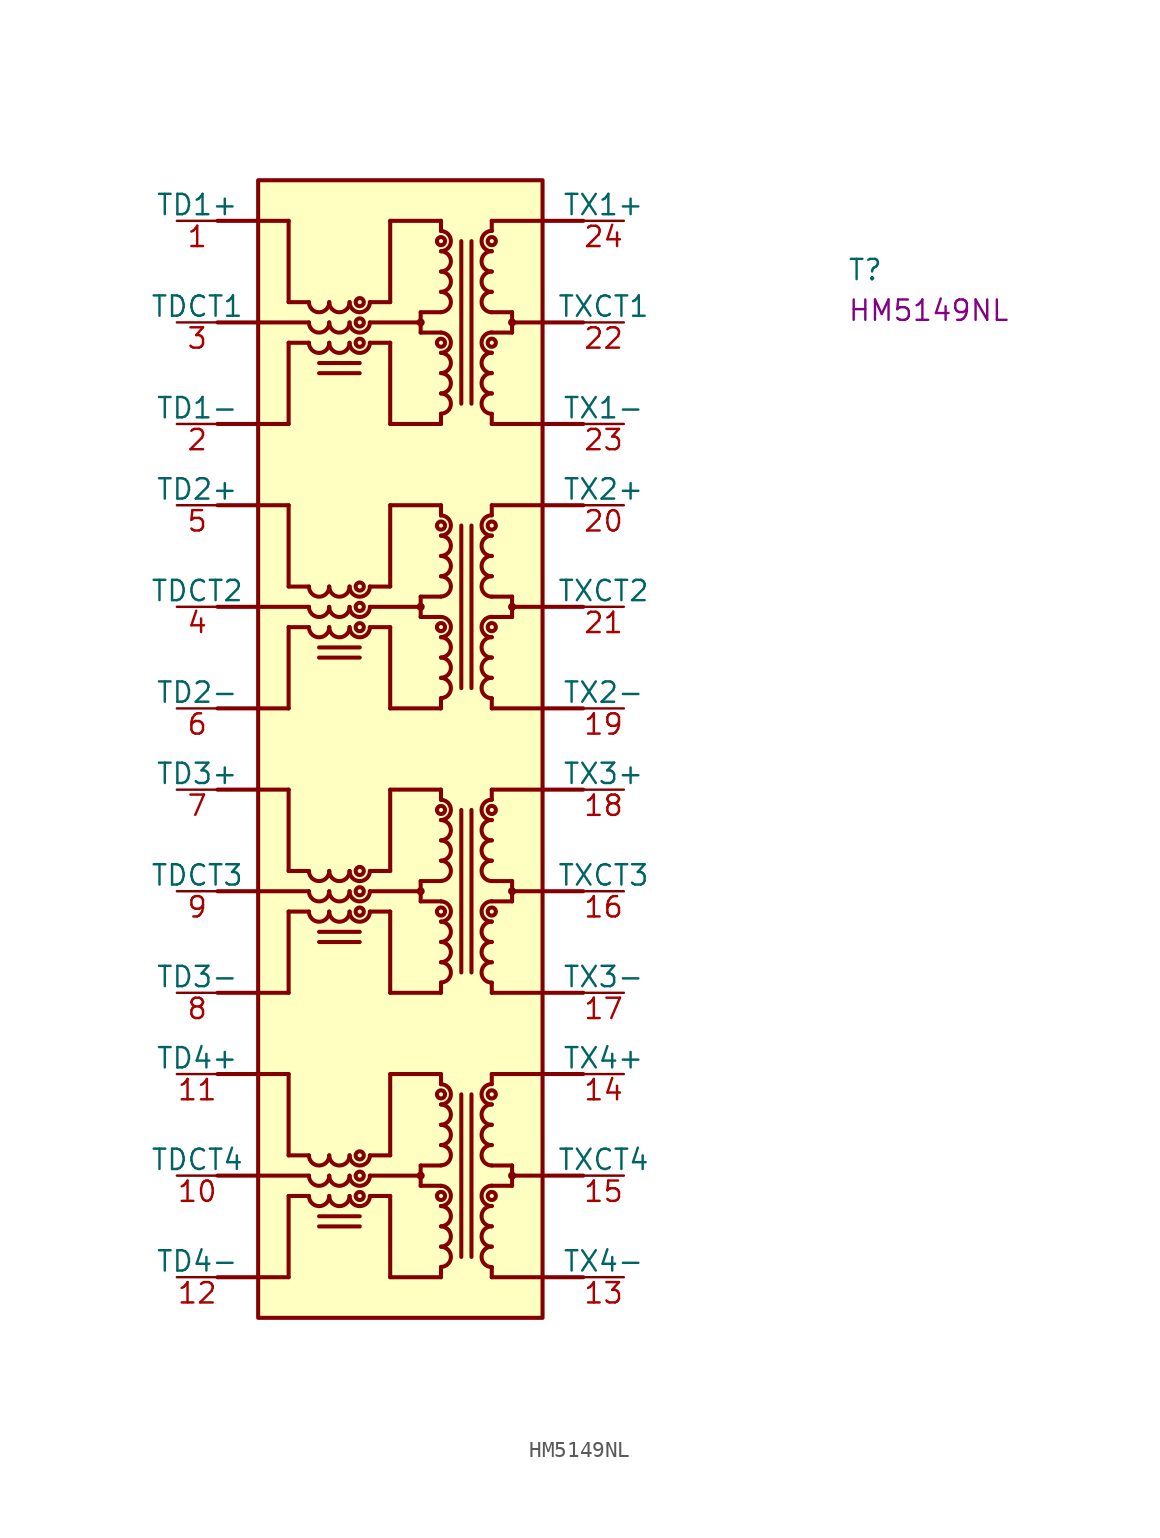
<source format=kicad_sym>
(kicad_symbol_lib
  (version 20220914)
  (generator kicad_symbol_editor)
  (symbol "HM5149NL"
    (pin_names
      (offset 0))
    (property "Reference" "T"
      (at 41.91 -3.81 0)
      (effects (font (size 1.27 1.27) (thickness 0.15)) (justify left bottom)))
    (property "MPN" "HM5149NL"
      (at 41.91 -6.35 0)
      (effects (font (size 1.27 1.27) (thickness 0.15)) (justify left bottom)))
    (symbol "HM5149NL_1_1"
      (polyline (pts (xy 2.54 -59.69) (xy 8.255 -59.69)) (stroke (width 0.254) (type default)) (fill (type background)))
      (polyline (pts (xy 2.54 -41.91) (xy 8.255 -41.91)) (stroke (width 0.254) (type default)) (fill (type background)))
      (polyline (pts (xy 2.54 -24.13) (xy 8.255 -24.13)) (stroke (width 0.254) (type default)) (fill (type background)))
      (polyline (pts (xy 2.54 -6.35) (xy 8.255 -6.35)) (stroke (width 0.254) (type default)) (fill (type background)))
      (polyline (pts (xy 6.985 -66.04) (xy 2.54 -66.04)) (stroke (width 0.254) (type default)) (fill (type background)))
      (polyline (pts (xy 6.985 -60.963) (xy 8.255 -60.963)) (stroke (width 0.254) (type default)) (fill (type background)))
      (polyline (pts (xy 6.985 -60.96) (xy 6.985 -66.04)) (stroke (width 0.254) (type default)) (fill (type background)))
      (polyline (pts (xy 6.985 -58.423) (xy 8.255 -58.423)) (stroke (width 0.254) (type default)) (fill (type background)))
      (polyline (pts (xy 6.985 -58.42) (xy 6.985 -53.34)) (stroke (width 0.254) (type default)) (fill (type background)))
      (polyline (pts (xy 6.985 -53.34) (xy 2.54 -53.34)) (stroke (width 0.254) (type default)) (fill (type background)))
      (polyline (pts (xy 6.985 -48.26) (xy 2.54 -48.26)) (stroke (width 0.254) (type default)) (fill (type background)))
      (polyline (pts (xy 6.985 -43.183) (xy 8.255 -43.183)) (stroke (width 0.254) (type default)) (fill (type background)))
      (polyline (pts (xy 6.985 -43.18) (xy 6.985 -48.26)) (stroke (width 0.254) (type default)) (fill (type background)))
      (polyline (pts (xy 6.985 -40.643) (xy 8.255 -40.643)) (stroke (width 0.254) (type default)) (fill (type background)))
      (polyline (pts (xy 6.985 -40.64) (xy 6.985 -35.56)) (stroke (width 0.254) (type default)) (fill (type background)))
      (polyline (pts (xy 6.985 -35.56) (xy 2.54 -35.56)) (stroke (width 0.254) (type default)) (fill (type background)))
      (polyline (pts (xy 6.985 -30.48) (xy 2.54 -30.48)) (stroke (width 0.254) (type default)) (fill (type background)))
      (polyline (pts (xy 6.985 -25.403) (xy 8.255 -25.403)) (stroke (width 0.254) (type default)) (fill (type background)))
      (polyline (pts (xy 6.985 -25.4) (xy 6.985 -30.48)) (stroke (width 0.254) (type default)) (fill (type background)))
      (polyline (pts (xy 6.985 -22.863) (xy 8.255 -22.863)) (stroke (width 0.254) (type default)) (fill (type background)))
      (polyline (pts (xy 6.985 -22.86) (xy 6.985 -17.78)) (stroke (width 0.254) (type default)) (fill (type background)))
      (polyline (pts (xy 6.985 -17.78) (xy 2.54 -17.78)) (stroke (width 0.254) (type default)) (fill (type background)))
      (polyline (pts (xy 6.985 -12.7) (xy 2.54 -12.7)) (stroke (width 0.254) (type default)) (fill (type background)))
      (polyline (pts (xy 6.985 -7.623) (xy 8.255 -7.623)) (stroke (width 0.254) (type default)) (fill (type background)))
      (polyline (pts (xy 6.985 -7.62) (xy 6.985 -12.7)) (stroke (width 0.254) (type default)) (fill (type background)))
      (polyline (pts (xy 6.985 -5.083) (xy 8.255 -5.083)) (stroke (width 0.254) (type default)) (fill (type background)))
      (polyline (pts (xy 6.985 -5.08) (xy 6.985 0)) (stroke (width 0.254) (type default)) (fill (type background)))
      (polyline (pts (xy 6.985 0) (xy 2.54 0)) (stroke (width 0.254) (type default)) (fill (type background)))
      (polyline (pts (xy 11.43 -62.865) (xy 8.89 -62.865)) (stroke (width 0.254) (type default)) (fill (type background)))
      (polyline (pts (xy 11.43 -62.23) (xy 8.89 -62.23)) (stroke (width 0.254) (type default)) (fill (type background)))
      (polyline (pts (xy 11.43 -45.085) (xy 8.89 -45.085)) (stroke (width 0.254) (type default)) (fill (type background)))
      (polyline (pts (xy 11.43 -44.45) (xy 8.89 -44.45)) (stroke (width 0.254) (type default)) (fill (type background)))
      (polyline (pts (xy 11.43 -27.305) (xy 8.89 -27.305)) (stroke (width 0.254) (type default)) (fill (type background)))
      (polyline (pts (xy 11.43 -26.67) (xy 8.89 -26.67)) (stroke (width 0.254) (type default)) (fill (type background)))
      (polyline (pts (xy 11.43 -9.525) (xy 8.89 -9.525)) (stroke (width 0.254) (type default)) (fill (type background)))
      (polyline (pts (xy 11.43 -8.89) (xy 8.89 -8.89)) (stroke (width 0.254) (type default)) (fill (type background)))
      (polyline (pts (xy 13.335 -66.04) (xy 16.51 -66.04)) (stroke (width 0.254) (type default)) (fill (type background)))
      (polyline (pts (xy 13.335 -60.963) (xy 12.065 -60.963)) (stroke (width 0.254) (type default)) (fill (type background)))
      (polyline (pts (xy 13.335 -60.96) (xy 13.335 -66.04)) (stroke (width 0.254) (type default)) (fill (type background)))
      (polyline (pts (xy 13.335 -58.423) (xy 12.065 -58.423)) (stroke (width 0.254) (type default)) (fill (type background)))
      (polyline (pts (xy 13.335 -58.42) (xy 13.335 -53.34)) (stroke (width 0.254) (type default)) (fill (type background)))
      (polyline (pts (xy 13.335 -53.34) (xy 16.51 -53.34)) (stroke (width 0.254) (type default)) (fill (type background)))
      (polyline (pts (xy 13.335 -48.26) (xy 16.51 -48.26)) (stroke (width 0.254) (type default)) (fill (type background)))
      (polyline (pts (xy 13.335 -43.183) (xy 12.065 -43.183)) (stroke (width 0.254) (type default)) (fill (type background)))
      (polyline (pts (xy 13.335 -43.18) (xy 13.335 -48.26)) (stroke (width 0.254) (type default)) (fill (type background)))
      (polyline (pts (xy 13.335 -40.643) (xy 12.065 -40.643)) (stroke (width 0.254) (type default)) (fill (type background)))
      (polyline (pts (xy 13.335 -40.64) (xy 13.335 -35.56)) (stroke (width 0.254) (type default)) (fill (type background)))
      (polyline (pts (xy 13.335 -35.56) (xy 16.51 -35.56)) (stroke (width 0.254) (type default)) (fill (type background)))
      (polyline (pts (xy 13.335 -30.48) (xy 16.51 -30.48)) (stroke (width 0.254) (type default)) (fill (type background)))
      (polyline (pts (xy 13.335 -25.403) (xy 12.065 -25.403)) (stroke (width 0.254) (type default)) (fill (type background)))
      (polyline (pts (xy 13.335 -25.4) (xy 13.335 -30.48)) (stroke (width 0.254) (type default)) (fill (type background)))
      (polyline (pts (xy 13.335 -22.863) (xy 12.065 -22.863)) (stroke (width 0.254) (type default)) (fill (type background)))
      (polyline (pts (xy 13.335 -22.86) (xy 13.335 -17.78)) (stroke (width 0.254) (type default)) (fill (type background)))
      (polyline (pts (xy 13.335 -17.78) (xy 16.51 -17.78)) (stroke (width 0.254) (type default)) (fill (type background)))
      (polyline (pts (xy 13.335 -12.7) (xy 16.51 -12.7)) (stroke (width 0.254) (type default)) (fill (type background)))
      (polyline (pts (xy 13.335 -7.623) (xy 12.065 -7.623)) (stroke (width 0.254) (type default)) (fill (type background)))
      (polyline (pts (xy 13.335 -7.62) (xy 13.335 -12.7)) (stroke (width 0.254) (type default)) (fill (type background)))
      (polyline (pts (xy 13.335 -5.083) (xy 12.065 -5.083)) (stroke (width 0.254) (type default)) (fill (type background)))
      (polyline (pts (xy 13.335 -5.08) (xy 13.335 0)) (stroke (width 0.254) (type default)) (fill (type background)))
      (polyline (pts (xy 13.335 0) (xy 16.51 0)) (stroke (width 0.254) (type default)) (fill (type background)))
      (polyline (pts (xy 15.24 -60.325) (xy 16.51 -60.325)) (stroke (width 0.254) (type default)) (fill (type background)))
      (polyline (pts (xy 15.24 -59.69) (xy 12.065 -59.69)) (stroke (width 0.254) (type default)) (fill (type background)))
      (polyline (pts (xy 15.24 -59.055) (xy 15.24 -60.325)) (stroke (width 0.254) (type default)) (fill (type background)))
      (polyline (pts (xy 15.24 -59.055) (xy 16.51 -59.055)) (stroke (width 0.254) (type default)) (fill (type background)))
      (polyline (pts (xy 15.24 -42.545) (xy 16.51 -42.545)) (stroke (width 0.254) (type default)) (fill (type background)))
      (polyline (pts (xy 15.24 -41.91) (xy 12.065 -41.91)) (stroke (width 0.254) (type default)) (fill (type background)))
      (polyline (pts (xy 15.24 -41.275) (xy 15.24 -42.545)) (stroke (width 0.254) (type default)) (fill (type background)))
      (polyline (pts (xy 15.24 -41.275) (xy 16.51 -41.275)) (stroke (width 0.254) (type default)) (fill (type background)))
      (polyline (pts (xy 15.24 -24.765) (xy 16.51 -24.765)) (stroke (width 0.254) (type default)) (fill (type background)))
      (polyline (pts (xy 15.24 -24.13) (xy 12.065 -24.13)) (stroke (width 0.254) (type default)) (fill (type background)))
      (polyline (pts (xy 15.24 -23.495) (xy 15.24 -24.765)) (stroke (width 0.254) (type default)) (fill (type background)))
      (polyline (pts (xy 15.24 -23.495) (xy 16.51 -23.495)) (stroke (width 0.254) (type default)) (fill (type background)))
      (polyline (pts (xy 15.24 -6.985) (xy 16.51 -6.985)) (stroke (width 0.254) (type default)) (fill (type background)))
      (polyline (pts (xy 15.24 -6.35) (xy 12.065 -6.35)) (stroke (width 0.254) (type default)) (fill (type background)))
      (polyline (pts (xy 15.24 -5.715) (xy 15.24 -6.985)) (stroke (width 0.254) (type default)) (fill (type background)))
      (polyline (pts (xy 15.24 -5.715) (xy 16.51 -5.715)) (stroke (width 0.254) (type default)) (fill (type background)))
      (polyline (pts (xy 16.51 -65.405) (xy 16.51 -66.04)) (stroke (width 0.254) (type default)) (fill (type background)))
      (polyline (pts (xy 16.51 -53.34) (xy 16.51 -53.975)) (stroke (width 0.254) (type default)) (fill (type background)))
      (polyline (pts (xy 16.51 -47.625) (xy 16.51 -48.26)) (stroke (width 0.254) (type default)) (fill (type background)))
      (polyline (pts (xy 16.51 -35.56) (xy 16.51 -36.195)) (stroke (width 0.254) (type default)) (fill (type background)))
      (polyline (pts (xy 16.51 -29.845) (xy 16.51 -30.48)) (stroke (width 0.254) (type default)) (fill (type background)))
      (polyline (pts (xy 16.51 -17.78) (xy 16.51 -18.415)) (stroke (width 0.254) (type default)) (fill (type background)))
      (polyline (pts (xy 16.51 -12.065) (xy 16.51 -12.7)) (stroke (width 0.254) (type default)) (fill (type background)))
      (polyline (pts (xy 16.51 0) (xy 16.51 -0.635)) (stroke (width 0.254) (type default)) (fill (type background)))
      (polyline (pts (xy 17.78 -64.77) (xy 17.78 -54.61)) (stroke (width 0.254) (type default)) (fill (type background)))
      (polyline (pts (xy 17.78 -46.99) (xy 17.78 -36.83)) (stroke (width 0.254) (type default)) (fill (type background)))
      (polyline (pts (xy 17.78 -29.21) (xy 17.78 -19.05)) (stroke (width 0.254) (type default)) (fill (type background)))
      (polyline (pts (xy 17.78 -11.43) (xy 17.78 -1.27)) (stroke (width 0.254) (type default)) (fill (type background)))
      (polyline (pts (xy 18.415 -64.77) (xy 18.415 -54.61)) (stroke (width 0.254) (type default)) (fill (type background)))
      (polyline (pts (xy 18.415 -46.99) (xy 18.415 -36.83)) (stroke (width 0.254) (type default)) (fill (type background)))
      (polyline (pts (xy 18.415 -29.21) (xy 18.415 -19.05)) (stroke (width 0.254) (type default)) (fill (type background)))
      (polyline (pts (xy 18.415 -11.43) (xy 18.415 -1.27)) (stroke (width 0.254) (type default)) (fill (type background)))
      (polyline (pts (xy 19.685 -65.405) (xy 19.685 -66.04)) (stroke (width 0.254) (type default)) (fill (type background)))
      (polyline (pts (xy 19.685 -53.34) (xy 19.685 -53.975)) (stroke (width 0.254) (type default)) (fill (type background)))
      (polyline (pts (xy 19.685 -47.625) (xy 19.685 -48.26)) (stroke (width 0.254) (type default)) (fill (type background)))
      (polyline (pts (xy 19.685 -35.56) (xy 19.685 -36.195)) (stroke (width 0.254) (type default)) (fill (type background)))
      (polyline (pts (xy 19.685 -29.845) (xy 19.685 -30.48)) (stroke (width 0.254) (type default)) (fill (type background)))
      (polyline (pts (xy 19.685 -17.78) (xy 19.685 -18.415)) (stroke (width 0.254) (type default)) (fill (type background)))
      (polyline (pts (xy 19.685 -12.065) (xy 19.685 -12.7)) (stroke (width 0.254) (type default)) (fill (type background)))
      (polyline (pts (xy 19.685 0) (xy 19.685 -0.635)) (stroke (width 0.254) (type default)) (fill (type background)))
      (polyline (pts (xy 20.955 -60.325) (xy 19.685 -60.325)) (stroke (width 0.254) (type default)) (fill (type background)))
      (polyline (pts (xy 20.955 -59.69) (xy 25.4 -59.69)) (stroke (width 0.254) (type default)) (fill (type background)))
      (polyline (pts (xy 20.955 -59.055) (xy 19.685 -59.055)) (stroke (width 0.254) (type default)) (fill (type background)))
      (polyline (pts (xy 20.955 -59.055) (xy 20.955 -60.325)) (stroke (width 0.254) (type default)) (fill (type background)))
      (polyline (pts (xy 20.955 -42.545) (xy 19.685 -42.545)) (stroke (width 0.254) (type default)) (fill (type background)))
      (polyline (pts (xy 20.955 -41.91) (xy 25.4 -41.91)) (stroke (width 0.254) (type default)) (fill (type background)))
      (polyline (pts (xy 20.955 -41.275) (xy 19.685 -41.275)) (stroke (width 0.254) (type default)) (fill (type background)))
      (polyline (pts (xy 20.955 -41.275) (xy 20.955 -42.545)) (stroke (width 0.254) (type default)) (fill (type background)))
      (polyline (pts (xy 20.955 -24.765) (xy 19.685 -24.765)) (stroke (width 0.254) (type default)) (fill (type background)))
      (polyline (pts (xy 20.955 -24.13) (xy 25.4 -24.13)) (stroke (width 0.254) (type default)) (fill (type background)))
      (polyline (pts (xy 20.955 -23.495) (xy 19.685 -23.495)) (stroke (width 0.254) (type default)) (fill (type background)))
      (polyline (pts (xy 20.955 -23.495) (xy 20.955 -24.765)) (stroke (width 0.254) (type default)) (fill (type background)))
      (polyline (pts (xy 20.955 -6.985) (xy 19.685 -6.985)) (stroke (width 0.254) (type default)) (fill (type background)))
      (polyline (pts (xy 20.955 -6.35) (xy 25.4 -6.35)) (stroke (width 0.254) (type default)) (fill (type background)))
      (polyline (pts (xy 20.955 -5.715) (xy 19.685 -5.715)) (stroke (width 0.254) (type default)) (fill (type background)))
      (polyline (pts (xy 20.955 -5.715) (xy 20.955 -6.985)) (stroke (width 0.254) (type default)) (fill (type background)))
      (polyline (pts (xy 25.4 -66.04) (xy 19.685 -66.04)) (stroke (width 0.254) (type default)) (fill (type background)))
      (polyline (pts (xy 25.4 -53.34) (xy 19.685 -53.34)) (stroke (width 0.254) (type default)) (fill (type background)))
      (polyline (pts (xy 25.4 -48.26) (xy 19.685 -48.26)) (stroke (width 0.254) (type default)) (fill (type background)))
      (polyline (pts (xy 25.4 -35.56) (xy 19.685 -35.56)) (stroke (width 0.254) (type default)) (fill (type background)))
      (polyline (pts (xy 25.4 -30.48) (xy 19.685 -30.48)) (stroke (width 0.254) (type default)) (fill (type background)))
      (polyline (pts (xy 25.4 -17.78) (xy 19.685 -17.78)) (stroke (width 0.254) (type default)) (fill (type background)))
      (polyline (pts (xy 25.4 -12.7) (xy 19.685 -12.7)) (stroke (width 0.254) (type default)) (fill (type background)))
      (polyline (pts (xy 25.4 0) (xy 19.685 0)) (stroke (width 0.254) (type default)) (fill (type background)))
      (rectangle (start 5.08 2.54) (end 22.86 -68.58) (stroke (width 0.254) (type default)) (fill (type background)))
      (arc (start 8.255 -60.9627) (mid 8.89 -61.595) (end 9.525 -60.9627) (stroke (width 0.254) (type default)) (fill (type background)))
      (arc (start 8.255 -59.6927) (mid 8.89 -60.325) (end 9.525 -59.6927) (stroke (width 0.254) (type default)) (fill (type background)))
      (arc (start 8.255 -58.4227) (mid 8.89 -59.055) (end 9.525 -58.4227) (stroke (width 0.254) (type default)) (fill (type background)))
      (arc (start 8.255 -43.1827) (mid 8.89 -43.815) (end 9.525 -43.1827) (stroke (width 0.254) (type default)) (fill (type background)))
      (arc (start 8.255 -41.9127) (mid 8.89 -42.545) (end 9.525 -41.9127) (stroke (width 0.254) (type default)) (fill (type background)))
      (arc (start 8.255 -40.6427) (mid 8.89 -41.275) (end 9.525 -40.6427) (stroke (width 0.254) (type default)) (fill (type background)))
      (arc (start 8.255 -25.4027) (mid 8.89 -26.035) (end 9.525 -25.4027) (stroke (width 0.254) (type default)) (fill (type background)))
      (arc (start 8.255 -24.1327) (mid 8.89 -24.765) (end 9.525 -24.1327) (stroke (width 0.254) (type default)) (fill (type background)))
      (arc (start 8.255 -22.8627) (mid 8.89 -23.495) (end 9.525 -22.8627) (stroke (width 0.254) (type default)) (fill (type background)))
      (arc (start 8.255 -7.6227) (mid 8.89 -8.255) (end 9.525 -7.6227) (stroke (width 0.254) (type default)) (fill (type background)))
      (arc (start 8.255 -6.3527) (mid 8.89 -6.985) (end 9.525 -6.3527) (stroke (width 0.254) (type default)) (fill (type background)))
      (arc (start 8.255 -5.0827) (mid 8.89 -5.715) (end 9.525 -5.0827) (stroke (width 0.254) (type default)) (fill (type background)))
      (arc (start 9.525 -60.9627) (mid 10.16 -61.595) (end 10.795 -60.9627) (stroke (width 0.254) (type default)) (fill (type background)))
      (arc (start 9.525 -59.6927) (mid 10.16 -60.325) (end 10.795 -59.6927) (stroke (width 0.254) (type default)) (fill (type background)))
      (arc (start 9.525 -58.4227) (mid 10.16 -59.055) (end 10.795 -58.4227) (stroke (width 0.254) (type default)) (fill (type background)))
      (arc (start 9.525 -43.1827) (mid 10.16 -43.815) (end 10.795 -43.1827) (stroke (width 0.254) (type default)) (fill (type background)))
      (arc (start 9.525 -41.9127) (mid 10.16 -42.545) (end 10.795 -41.9127) (stroke (width 0.254) (type default)) (fill (type background)))
      (arc (start 9.525 -40.6427) (mid 10.16 -41.275) (end 10.795 -40.6427) (stroke (width 0.254) (type default)) (fill (type background)))
      (arc (start 9.525 -25.4027) (mid 10.16 -26.035) (end 10.795 -25.4027) (stroke (width 0.254) (type default)) (fill (type background)))
      (arc (start 9.525 -24.1327) (mid 10.16 -24.765) (end 10.795 -24.1327) (stroke (width 0.254) (type default)) (fill (type background)))
      (arc (start 9.525 -22.8627) (mid 10.16 -23.495) (end 10.795 -22.8627) (stroke (width 0.254) (type default)) (fill (type background)))
      (arc (start 9.525 -7.6227) (mid 10.16 -8.255) (end 10.795 -7.6227) (stroke (width 0.254) (type default)) (fill (type background)))
      (arc (start 9.525 -6.3527) (mid 10.16 -6.985) (end 10.795 -6.3527) (stroke (width 0.254) (type default)) (fill (type background)))
      (arc (start 9.525 -5.0827) (mid 10.16 -5.715) (end 10.795 -5.0827) (stroke (width 0.254) (type default)) (fill (type background)))
      (arc (start 10.795 -60.9627) (mid 11.43 -61.595) (end 12.065 -60.9627) (stroke (width 0.254) (type default)) (fill (type background)))
      (arc (start 10.795 -59.6927) (mid 11.43 -60.325) (end 12.065 -59.6927) (stroke (width 0.254) (type default)) (fill (type background)))
      (arc (start 10.795 -58.4227) (mid 11.43 -59.055) (end 12.065 -58.4227) (stroke (width 0.254) (type default)) (fill (type background)))
      (arc (start 10.795 -43.1827) (mid 11.43 -43.815) (end 12.065 -43.1827) (stroke (width 0.254) (type default)) (fill (type background)))
      (arc (start 10.795 -41.9127) (mid 11.43 -42.545) (end 12.065 -41.9127) (stroke (width 0.254) (type default)) (fill (type background)))
      (arc (start 10.795 -40.6427) (mid 11.43 -41.275) (end 12.065 -40.6427) (stroke (width 0.254) (type default)) (fill (type background)))
      (arc (start 10.795 -25.4027) (mid 11.43 -26.035) (end 12.065 -25.4027) (stroke (width 0.254) (type default)) (fill (type background)))
      (arc (start 10.795 -24.1327) (mid 11.43 -24.765) (end 12.065 -24.1327) (stroke (width 0.254) (type default)) (fill (type background)))
      (arc (start 10.795 -22.8627) (mid 11.43 -23.495) (end 12.065 -22.8627) (stroke (width 0.254) (type default)) (fill (type background)))
      (arc (start 10.795 -7.6227) (mid 11.43 -8.255) (end 12.065 -7.6227) (stroke (width 0.254) (type default)) (fill (type background)))
      (arc (start 10.795 -6.3527) (mid 11.43 -6.985) (end 12.065 -6.3527) (stroke (width 0.254) (type default)) (fill (type background)))
      (arc (start 10.795 -5.0827) (mid 11.43 -5.715) (end 12.065 -5.0827) (stroke (width 0.254) (type default)) (fill (type background)))
      (circle (center 11.43 -60.963) (radius 0.254) (stroke (width 0.254) (type default)) (fill (type background)))
      (circle (center 11.43 -59.693) (radius 0.254) (stroke (width 0.254) (type default)) (fill (type background)))
      (circle (center 11.43 -58.423) (radius 0.254) (stroke (width 0.254) (type default)) (fill (type background)))
      (circle (center 11.43 -43.183) (radius 0.254) (stroke (width 0.254) (type default)) (fill (type background)))
      (circle (center 11.43 -41.913) (radius 0.254) (stroke (width 0.254) (type default)) (fill (type background)))
      (circle (center 11.43 -40.643) (radius 0.254) (stroke (width 0.254) (type default)) (fill (type background)))
      (circle (center 11.43 -25.403) (radius 0.254) (stroke (width 0.254) (type default)) (fill (type background)))
      (circle (center 11.43 -24.133) (radius 0.254) (stroke (width 0.254) (type default)) (fill (type background)))
      (circle (center 11.43 -22.863) (radius 0.254) (stroke (width 0.254) (type default)) (fill (type background)))
      (circle (center 11.43 -7.623) (radius 0.254) (stroke (width 0.254) (type default)) (fill (type background)))
      (circle (center 11.43 -6.353) (radius 0.254) (stroke (width 0.254) (type default)) (fill (type background)))
      (circle (center 11.43 -5.083) (radius 0.254) (stroke (width 0.254) (type default)) (fill (type background)))
      (circle (center 15.24 -59.69) (radius 0.127) (stroke (width 0.254) (type default)) (fill (type background)))
      (circle (center 15.24 -41.91) (radius 0.127) (stroke (width 0.254) (type default)) (fill (type background)))
      (circle (center 15.24 -24.13) (radius 0.127) (stroke (width 0.254) (type default)) (fill (type background)))
      (circle (center 15.24 -6.35) (radius 0.127) (stroke (width 0.254) (type default)) (fill (type background)))
      (arc (start 16.51 -65.405) (mid 17.142 -64.77) (end 16.51 -64.135) (stroke (width 0.254) (type default)) (fill (type background)))
      (arc (start 16.51 -64.135) (mid 17.142 -63.5) (end 16.51 -62.865) (stroke (width 0.254) (type default)) (fill (type background)))
      (arc (start 16.51 -62.865) (mid 17.142 -62.23) (end 16.51 -61.595) (stroke (width 0.254) (type default)) (fill (type background)))
      (arc (start 16.51 -61.595) (mid 17.142 -60.96) (end 16.51 -60.325) (stroke (width 0.254) (type default)) (fill (type background)))
      (circle (center 16.51 -60.96) (radius 0.254) (stroke (width 0.254) (type default)) (fill (type background)))
      (arc (start 16.51 -59.055) (mid 17.142 -58.42) (end 16.51 -57.785) (stroke (width 0.254) (type default)) (fill (type background)))
      (arc (start 16.51 -57.785) (mid 17.142 -57.15) (end 16.51 -56.515) (stroke (width 0.254) (type default)) (fill (type background)))
      (arc (start 16.51 -56.515) (mid 17.142 -55.88) (end 16.51 -55.245) (stroke (width 0.254) (type default)) (fill (type background)))
      (arc (start 16.51 -55.245) (mid 17.142 -54.61) (end 16.51 -53.975) (stroke (width 0.254) (type default)) (fill (type background)))
      (circle (center 16.51 -54.61) (radius 0.254) (stroke (width 0.254) (type default)) (fill (type background)))
      (arc (start 16.51 -47.625) (mid 17.142 -46.99) (end 16.51 -46.355) (stroke (width 0.254) (type default)) (fill (type background)))
      (arc (start 16.51 -46.355) (mid 17.142 -45.72) (end 16.51 -45.085) (stroke (width 0.254) (type default)) (fill (type background)))
      (arc (start 16.51 -45.085) (mid 17.142 -44.45) (end 16.51 -43.815) (stroke (width 0.254) (type default)) (fill (type background)))
      (arc (start 16.51 -43.815) (mid 17.142 -43.18) (end 16.51 -42.545) (stroke (width 0.254) (type default)) (fill (type background)))
      (circle (center 16.51 -43.18) (radius 0.254) (stroke (width 0.254) (type default)) (fill (type background)))
      (arc (start 16.51 -41.275) (mid 17.142 -40.64) (end 16.51 -40.005) (stroke (width 0.254) (type default)) (fill (type background)))
      (arc (start 16.51 -40.005) (mid 17.142 -39.37) (end 16.51 -38.735) (stroke (width 0.254) (type default)) (fill (type background)))
      (arc (start 16.51 -38.735) (mid 17.142 -38.1) (end 16.51 -37.465) (stroke (width 0.254) (type default)) (fill (type background)))
      (arc (start 16.51 -37.465) (mid 17.142 -36.83) (end 16.51 -36.195) (stroke (width 0.254) (type default)) (fill (type background)))
      (circle (center 16.51 -36.83) (radius 0.254) (stroke (width 0.254) (type default)) (fill (type background)))
      (arc (start 16.51 -29.845) (mid 17.142 -29.21) (end 16.51 -28.575) (stroke (width 0.254) (type default)) (fill (type background)))
      (arc (start 16.51 -28.575) (mid 17.142 -27.94) (end 16.51 -27.305) (stroke (width 0.254) (type default)) (fill (type background)))
      (arc (start 16.51 -27.305) (mid 17.142 -26.67) (end 16.51 -26.035) (stroke (width 0.254) (type default)) (fill (type background)))
      (arc (start 16.51 -26.035) (mid 17.142 -25.4) (end 16.51 -24.765) (stroke (width 0.254) (type default)) (fill (type background)))
      (circle (center 16.51 -25.4) (radius 0.254) (stroke (width 0.254) (type default)) (fill (type background)))
      (arc (start 16.51 -23.495) (mid 17.142 -22.86) (end 16.51 -22.225) (stroke (width 0.254) (type default)) (fill (type background)))
      (arc (start 16.51 -22.225) (mid 17.142 -21.59) (end 16.51 -20.955) (stroke (width 0.254) (type default)) (fill (type background)))
      (arc (start 16.51 -20.955) (mid 17.142 -20.32) (end 16.51 -19.685) (stroke (width 0.254) (type default)) (fill (type background)))
      (arc (start 16.51 -19.685) (mid 17.142 -19.05) (end 16.51 -18.415) (stroke (width 0.254) (type default)) (fill (type background)))
      (circle (center 16.51 -19.05) (radius 0.254) (stroke (width 0.254) (type default)) (fill (type background)))
      (arc (start 16.51 -12.065) (mid 17.142 -11.43) (end 16.51 -10.795) (stroke (width 0.254) (type default)) (fill (type background)))
      (arc (start 16.51 -10.795) (mid 17.142 -10.16) (end 16.51 -9.525) (stroke (width 0.254) (type default)) (fill (type background)))
      (arc (start 16.51 -9.525) (mid 17.142 -8.89) (end 16.51 -8.255) (stroke (width 0.254) (type default)) (fill (type background)))
      (arc (start 16.51 -8.255) (mid 17.142 -7.62) (end 16.51 -6.985) (stroke (width 0.254) (type default)) (fill (type background)))
      (circle (center 16.51 -7.62) (radius 0.254) (stroke (width 0.254) (type default)) (fill (type background)))
      (arc (start 16.51 -5.715) (mid 17.142 -5.08) (end 16.51 -4.445) (stroke (width 0.254) (type default)) (fill (type background)))
      (arc (start 16.51 -4.445) (mid 17.142 -3.81) (end 16.51 -3.175) (stroke (width 0.254) (type default)) (fill (type background)))
      (arc (start 16.51 -3.175) (mid 17.142 -2.54) (end 16.51 -1.905) (stroke (width 0.254) (type default)) (fill (type background)))
      (arc (start 16.51 -1.905) (mid 17.142 -1.27) (end 16.51 -0.635) (stroke (width 0.254) (type default)) (fill (type background)))
      (circle (center 16.51 -1.27) (radius 0.254) (stroke (width 0.254) (type default)) (fill (type background)))
      (arc (start 19.685 -64.135) (mid 19.053 -64.77) (end 19.685 -65.405) (stroke (width 0.254) (type default)) (fill (type background)))
      (arc (start 19.685 -62.865) (mid 19.053 -63.5) (end 19.685 -64.135) (stroke (width 0.254) (type default)) (fill (type background)))
      (arc (start 19.685 -61.595) (mid 19.053 -62.23) (end 19.685 -62.865) (stroke (width 0.254) (type default)) (fill (type background)))
      (circle (center 19.685 -60.96) (radius 0.254) (stroke (width 0.254) (type default)) (fill (type background)))
      (arc (start 19.685 -60.325) (mid 19.053 -60.96) (end 19.685 -61.595) (stroke (width 0.254) (type default)) (fill (type background)))
      (arc (start 19.685 -57.785) (mid 19.053 -58.42) (end 19.685 -59.055) (stroke (width 0.254) (type default)) (fill (type background)))
      (arc (start 19.685 -56.515) (mid 19.053 -57.15) (end 19.685 -57.785) (stroke (width 0.254) (type default)) (fill (type background)))
      (arc (start 19.685 -55.245) (mid 19.053 -55.88) (end 19.685 -56.515) (stroke (width 0.254) (type default)) (fill (type background)))
      (circle (center 19.685 -54.61) (radius 0.254) (stroke (width 0.254) (type default)) (fill (type background)))
      (arc (start 19.685 -53.975) (mid 19.053 -54.61) (end 19.685 -55.245) (stroke (width 0.254) (type default)) (fill (type background)))
      (arc (start 19.685 -46.355) (mid 19.053 -46.99) (end 19.685 -47.625) (stroke (width 0.254) (type default)) (fill (type background)))
      (arc (start 19.685 -45.085) (mid 19.053 -45.72) (end 19.685 -46.355) (stroke (width 0.254) (type default)) (fill (type background)))
      (arc (start 19.685 -43.815) (mid 19.053 -44.45) (end 19.685 -45.085) (stroke (width 0.254) (type default)) (fill (type background)))
      (circle (center 19.685 -43.18) (radius 0.254) (stroke (width 0.254) (type default)) (fill (type background)))
      (arc (start 19.685 -42.545) (mid 19.053 -43.18) (end 19.685 -43.815) (stroke (width 0.254) (type default)) (fill (type background)))
      (arc (start 19.685 -40.005) (mid 19.053 -40.64) (end 19.685 -41.275) (stroke (width 0.254) (type default)) (fill (type background)))
      (arc (start 19.685 -38.735) (mid 19.053 -39.37) (end 19.685 -40.005) (stroke (width 0.254) (type default)) (fill (type background)))
      (arc (start 19.685 -37.465) (mid 19.053 -38.1) (end 19.685 -38.735) (stroke (width 0.254) (type default)) (fill (type background)))
      (circle (center 19.685 -36.83) (radius 0.254) (stroke (width 0.254) (type default)) (fill (type background)))
      (arc (start 19.685 -36.195) (mid 19.053 -36.83) (end 19.685 -37.465) (stroke (width 0.254) (type default)) (fill (type background)))
      (arc (start 19.685 -28.575) (mid 19.053 -29.21) (end 19.685 -29.845) (stroke (width 0.254) (type default)) (fill (type background)))
      (arc (start 19.685 -27.305) (mid 19.053 -27.94) (end 19.685 -28.575) (stroke (width 0.254) (type default)) (fill (type background)))
      (arc (start 19.685 -26.035) (mid 19.053 -26.67) (end 19.685 -27.305) (stroke (width 0.254) (type default)) (fill (type background)))
      (circle (center 19.685 -25.4) (radius 0.254) (stroke (width 0.254) (type default)) (fill (type background)))
      (arc (start 19.685 -24.765) (mid 19.053 -25.4) (end 19.685 -26.035) (stroke (width 0.254) (type default)) (fill (type background)))
      (arc (start 19.685 -22.225) (mid 19.053 -22.86) (end 19.685 -23.495) (stroke (width 0.254) (type default)) (fill (type background)))
      (arc (start 19.685 -20.955) (mid 19.053 -21.59) (end 19.685 -22.225) (stroke (width 0.254) (type default)) (fill (type background)))
      (arc (start 19.685 -19.685) (mid 19.053 -20.32) (end 19.685 -20.955) (stroke (width 0.254) (type default)) (fill (type background)))
      (circle (center 19.685 -19.05) (radius 0.254) (stroke (width 0.254) (type default)) (fill (type background)))
      (arc (start 19.685 -18.415) (mid 19.053 -19.05) (end 19.685 -19.685) (stroke (width 0.254) (type default)) (fill (type background)))
      (arc (start 19.685 -10.795) (mid 19.053 -11.43) (end 19.685 -12.065) (stroke (width 0.254) (type default)) (fill (type background)))
      (arc (start 19.685 -9.525) (mid 19.053 -10.16) (end 19.685 -10.795) (stroke (width 0.254) (type default)) (fill (type background)))
      (arc (start 19.685 -8.255) (mid 19.053 -8.89) (end 19.685 -9.525) (stroke (width 0.254) (type default)) (fill (type background)))
      (circle (center 19.685 -7.62) (radius 0.254) (stroke (width 0.254) (type default)) (fill (type background)))
      (arc (start 19.685 -6.985) (mid 19.053 -7.62) (end 19.685 -8.255) (stroke (width 0.254) (type default)) (fill (type background)))
      (arc (start 19.685 -4.445) (mid 19.053 -5.08) (end 19.685 -5.715) (stroke (width 0.254) (type default)) (fill (type background)))
      (arc (start 19.685 -3.175) (mid 19.053 -3.81) (end 19.685 -4.445) (stroke (width 0.254) (type default)) (fill (type background)))
      (arc (start 19.685 -1.905) (mid 19.053 -2.54) (end 19.685 -3.175) (stroke (width 0.254) (type default)) (fill (type background)))
      (circle (center 19.685 -1.27) (radius 0.254) (stroke (width 0.254) (type default)) (fill (type background)))
      (arc (start 19.685 -0.635) (mid 19.053 -1.27) (end 19.685 -1.905) (stroke (width 0.254) (type default)) (fill (type background)))
      (circle (center 20.955 -59.69) (radius 0.127) (stroke (width 0.254) (type default)) (fill (type background)))
      (circle (center 20.955 -41.91) (radius 0.127) (stroke (width 0.254) (type default)) (fill (type background)))
      (circle (center 20.955 -24.13) (radius 0.127) (stroke (width 0.254) (type default)) (fill (type background)))
      (circle (center 20.955 -6.35) (radius 0.127) (stroke (width 0.254) (type default)) (fill (type background)))
      (pin passive line (at 0 0 0) (length 2.54) (name "TD1+" (effects (font (size 1.27 1.27)))) (number "1" (effects (font (size 1.27 1.27)))))
      (pin passive line (at 0 -59.69 0) (length 2.54) (name "TDCT4" (effects (font (size 1.27 1.27)))) (number "10" (effects (font (size 1.27 1.27)))))
      (pin passive line (at 0 -53.34 0) (length 2.54) (name "TD4+" (effects (font (size 1.27 1.27)))) (number "11" (effects (font (size 1.27 1.27)))))
      (pin passive line (at 0 -66.04 0) (length 2.54) (name "TD4-" (effects (font (size 1.27 1.27)))) (number "12" (effects (font (size 1.27 1.27)))))
      (pin passive line (at 27.94 -66.04 180) (length 2.54) (name "TX4-" (effects (font (size 1.27 1.27)))) (number "13" (effects (font (size 1.27 1.27)))))
      (pin passive line (at 27.94 -53.34 180) (length 2.54) (name "TX4+" (effects (font (size 1.27 1.27)))) (number "14" (effects (font (size 1.27 1.27)))))
      (pin passive line (at 27.94 -59.69 180) (length 2.54) (name "TXCT4" (effects (font (size 1.27 1.27)))) (number "15" (effects (font (size 1.27 1.27)))))
      (pin passive line (at 27.94 -41.91 180) (length 2.54) (name "TXCT3" (effects (font (size 1.27 1.27)))) (number "16" (effects (font (size 1.27 1.27)))))
      (pin passive line (at 27.94 -48.26 180) (length 2.54) (name "TX3-" (effects (font (size 1.27 1.27)))) (number "17" (effects (font (size 1.27 1.27)))))
      (pin passive line (at 27.94 -35.56 180) (length 2.54) (name "TX3+" (effects (font (size 1.27 1.27)))) (number "18" (effects (font (size 1.27 1.27)))))
      (pin passive line (at 27.94 -30.48 180) (length 2.54) (name "TX2-" (effects (font (size 1.27 1.27)))) (number "19" (effects (font (size 1.27 1.27)))))
      (pin passive line (at 0 -12.7 0) (length 2.54) (name "TD1-" (effects (font (size 1.27 1.27)))) (number "2" (effects (font (size 1.27 1.27)))))
      (pin passive line (at 27.94 -17.78 180) (length 2.54) (name "TX2+" (effects (font (size 1.27 1.27)))) (number "20" (effects (font (size 1.27 1.27)))))
      (pin passive line (at 27.94 -24.13 180) (length 2.54) (name "TXCT2" (effects (font (size 1.27 1.27)))) (number "21" (effects (font (size 1.27 1.27)))))
      (pin passive line (at 27.94 -6.35 180) (length 2.54) (name "TXCT1" (effects (font (size 1.27 1.27)))) (number "22" (effects (font (size 1.27 1.27)))))
      (pin passive line (at 27.94 -12.7 180) (length 2.54) (name "TX1-" (effects (font (size 1.27 1.27)))) (number "23" (effects (font (size 1.27 1.27)))))
      (pin passive line (at 27.94 0 180) (length 2.54) (name "TX1+" (effects (font (size 1.27 1.27)))) (number "24" (effects (font (size 1.27 1.27)))))
      (pin passive line (at 0 -6.35 0) (length 2.54) (name "TDCT1" (effects (font (size 1.27 1.27)))) (number "3" (effects (font (size 1.27 1.27)))))
      (pin passive line (at 0 -24.13 0) (length 2.54) (name "TDCT2" (effects (font (size 1.27 1.27)))) (number "4" (effects (font (size 1.27 1.27)))))
      (pin passive line (at 0 -17.78 0) (length 2.54) (name "TD2+" (effects (font (size 1.27 1.27)))) (number "5" (effects (font (size 1.27 1.27)))))
      (pin passive line (at 0 -30.48 0) (length 2.54) (name "TD2-" (effects (font (size 1.27 1.27)))) (number "6" (effects (font (size 1.27 1.27)))))
      (pin passive line (at 0 -35.56 0) (length 2.54) (name "TD3+" (effects (font (size 1.27 1.27)))) (number "7" (effects (font (size 1.27 1.27)))))
      (pin passive line (at 0 -48.26 0) (length 2.54) (name "TD3-" (effects (font (size 1.27 1.27)))) (number "8" (effects (font (size 1.27 1.27)))))
      (pin passive line (at 0 -41.91 0) (length 2.54) (name "TDCT3" (effects (font (size 1.27 1.27)))) (number "9" (effects (font (size 1.27 1.27))))))))
</source>
